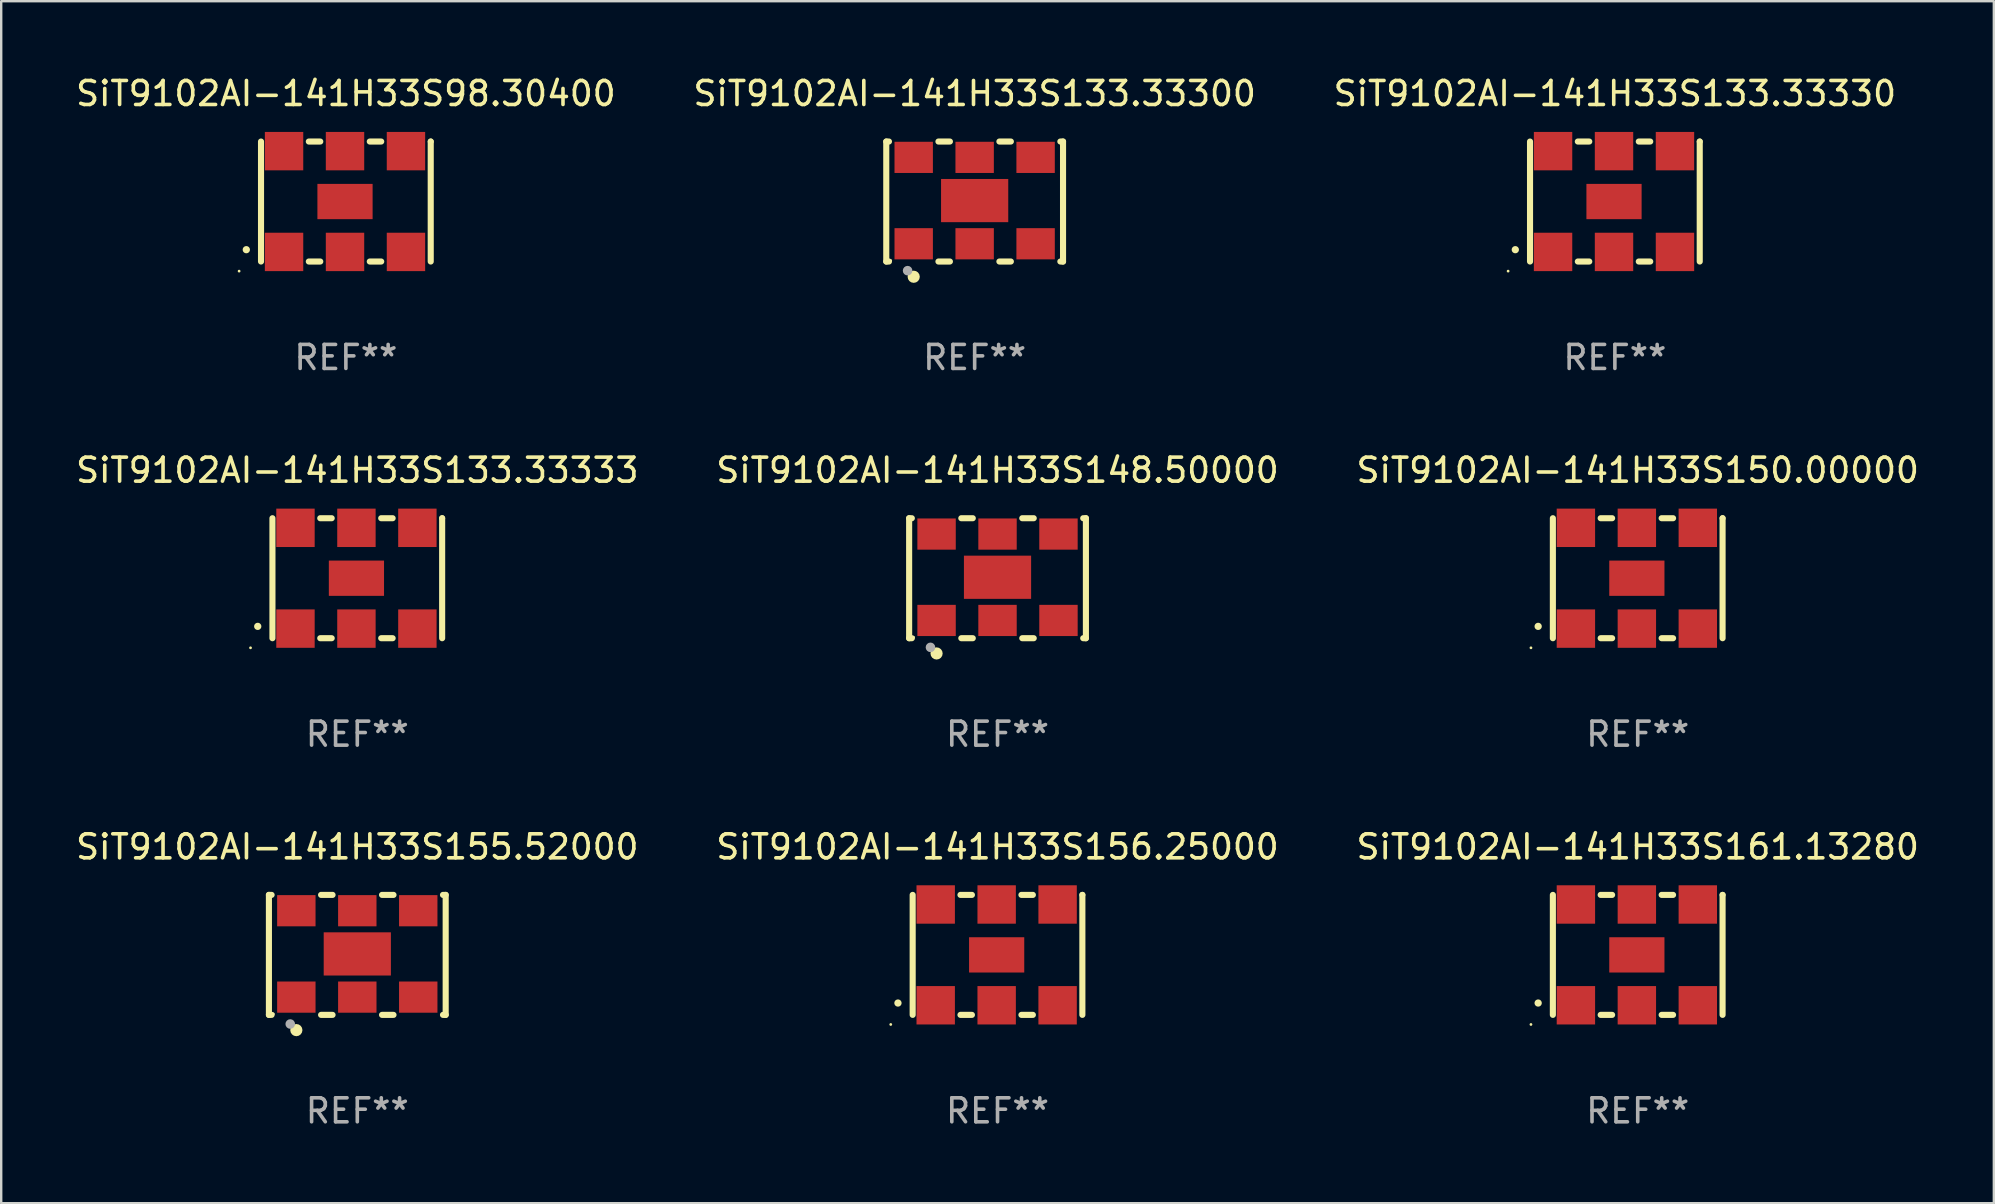
<source format=kicad_pcb>
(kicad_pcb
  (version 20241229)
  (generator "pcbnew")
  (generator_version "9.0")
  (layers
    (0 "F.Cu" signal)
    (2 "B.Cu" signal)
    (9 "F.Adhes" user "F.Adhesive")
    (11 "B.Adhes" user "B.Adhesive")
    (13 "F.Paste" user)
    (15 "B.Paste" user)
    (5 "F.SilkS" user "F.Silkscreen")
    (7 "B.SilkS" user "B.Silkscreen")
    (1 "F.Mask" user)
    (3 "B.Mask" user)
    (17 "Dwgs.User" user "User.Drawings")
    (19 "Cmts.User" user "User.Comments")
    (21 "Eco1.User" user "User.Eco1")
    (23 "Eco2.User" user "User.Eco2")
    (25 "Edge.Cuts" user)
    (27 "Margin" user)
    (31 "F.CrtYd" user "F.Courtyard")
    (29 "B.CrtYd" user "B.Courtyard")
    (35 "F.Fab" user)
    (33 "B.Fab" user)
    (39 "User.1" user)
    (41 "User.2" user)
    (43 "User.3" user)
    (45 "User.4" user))
  (footprint "SiT9102AI-141H33S148.50000"
    (layer "F.Cu")
    (at 38.518 21.045)
    (property "Reference" "SiT9102AI-141H33S148.50000" (at 0 -4.5 0) (layer "F.SilkS") (effects (font (size 1 1) (thickness 0.15))))
    (attr through_hole)
    (fp_line (start -3.683 -2.5) (end -3.571 -2.5) (stroke (width 0.254) (type solid)) (layer "F.SilkS"))
    (fp_line (start -3.683 2.5) (end -3.683 -2.5) (stroke (width 0.254) (type solid)) (layer "F.SilkS"))
    (fp_line (start -3.683 2.5) (end -3.571 2.5) (stroke (width 0.254) (type solid)) (layer "F.SilkS"))
    (fp_line (start -1.509 -2.5) (end -1.031 -2.5) (stroke (width 0.254) (type solid)) (layer "F.SilkS"))
    (fp_line (start -1.509 2.5) (end -1.031 2.5) (stroke (width 0.254) (type solid)) (layer "F.SilkS"))
    (fp_line (start 1.031 -2.5) (end 1.509 -2.5) (stroke (width 0.254) (type solid)) (layer "F.SilkS"))
    (fp_line (start 1.031 2.5) (end 1.509 2.5) (stroke (width 0.254) (type solid)) (layer "F.SilkS"))
    (fp_line (start 3.571 -2.5) (end 3.683 -2.5) (stroke (width 0.254) (type solid)) (layer "F.SilkS"))
    (fp_line (start 3.571 2.5) (end 3.683 2.5) (stroke (width 0.254) (type solid)) (layer "F.SilkS"))
    (fp_line (start 3.683 2.5) (end 3.683 -2.5) (stroke (width 0.254) (type solid)) (layer "F.SilkS"))
    (fp_circle (center -3.5 2.46) (end -3.47 2.46) (stroke (width 0.06) (type solid)) (fill no) (layer "F.SilkS"))
    (fp_circle (center -2.54 3.135) (end -2.413 3.135) (stroke (width 0.254) (type solid)) (fill no) (layer "F.SilkS"))
    (fp_circle (center -2.794 2.881) (end -2.694 2.881) (stroke (width 0.2) (type solid)) (fill no) (layer "F.Fab"))
    (fp_text user "REF**" (at 0 6.5 0) (layer "F.Fab") (effects (font (size 1 1) (thickness 0.15))))
    (pad "1" smd rect (at -2.54 1.76) (size 1.6 1.3) (layers "F.Cu" "F.Mask" "F.Paste"))
    (pad "2" smd rect (at 0 1.76) (size 1.6 1.3) (layers "F.Cu" "F.Mask" "F.Paste"))
    (pad "3" smd rect (at 2.54 1.76) (size 1.6 1.3) (layers "F.Cu" "F.Mask" "F.Paste"))
    (pad "4" smd rect (at 2.54 -1.84) (size 1.6 1.3) (layers "F.Cu" "F.Mask" "F.Paste"))
    (pad "5" smd rect (at 0 -1.84) (size 1.6 1.3) (layers "F.Cu" "F.Mask" "F.Paste"))
    (pad "6" smd rect (at -2.54 -1.84) (size 1.6 1.3) (layers "F.Cu" "F.Mask" "F.Paste"))
    (pad "7" smd rect (at 0 -0.04) (size 2.8 1.8) (layers "F.Cu" "F.Mask" "F.Paste")))
  (footprint "SiT9102AI-141H33S133.33330"
    (layer "F.Cu")
    (at 64.244 5.348)
    (property "Reference" "SiT9102AI-141H33S133.33330" (at 0 -4.5 0) (layer "F.SilkS") (effects (font (size 1 1) (thickness 0.15))))
    (attr through_hole)
    (fp_line (start -3.536 -2.5) (end -3.536 2.5) (stroke (width 0.254) (type solid)) (layer "F.SilkS"))
    (fp_line (start -1.544 2.5) (end -1.067 2.5) (stroke (width 0.254) (type solid)) (layer "F.SilkS"))
    (fp_line (start -1.067 -2.5) (end -1.544 -2.5) (stroke (width 0.254) (type solid)) (layer "F.SilkS"))
    (fp_line (start 0.996 2.5) (end 1.473 2.5) (stroke (width 0.254) (type solid)) (layer "F.SilkS"))
    (fp_line (start 1.473 -2.5) (end 0.996 -2.5) (stroke (width 0.254) (type solid)) (layer "F.SilkS"))
    (fp_line (start 3.536 -2.5) (end 3.536 -2.5) (stroke (width 0.254) (type solid)) (layer "F.SilkS"))
    (fp_line (start 3.536 2.5) (end 3.536 -2.5) (stroke (width 0.254) (type solid)) (layer "F.SilkS"))
    (fp_arc (start -4.150432 2.006604) (mid -4.149162 2.006599) (end -4.147892 2.006604) (stroke (width 0.3) (type solid)) (layer "F.SilkS"))
    (fp_circle (center -4.449 2.9) (end -4.419 2.9) (stroke (width 0.06) (type solid)) (fill no) (layer "F.SilkS"))
    (fp_text user "REF**" (at 0 6.5 0) (layer "F.Fab") (effects (font (size 1 1) (thickness 0.15))))
    (pad "1" smd rect (at -2.576 2.1) (size 1.6 1.6) (layers "F.Cu" "F.Mask" "F.Paste"))
    (pad "2" smd rect (at -0.036 2.1) (size 1.6 1.6) (layers "F.Cu" "F.Mask" "F.Paste"))
    (pad "3" smd rect (at 2.504 2.1) (size 1.6 1.6) (layers "F.Cu" "F.Mask" "F.Paste"))
    (pad "4" smd rect (at 2.504 -2.1) (size 1.6 1.6) (layers "F.Cu" "F.Mask" "F.Paste"))
    (pad "5" smd rect (at -0.036 -2.1) (size 1.6 1.6) (layers "F.Cu" "F.Mask" "F.Paste"))
    (pad "6" smd rect (at -2.576 -2.1) (size 1.6 1.6) (layers "F.Cu" "F.Mask" "F.Paste"))
    (pad "7" smd rect (at -0.036 0) (size 2.3 1.47) (layers "F.Cu" "F.Mask" "F.Paste")))
  (footprint "SiT9102AI-141H33S161.13280"
    (layer "F.Cu")
    (at 65.196 36.741)
    (property "Reference" "SiT9102AI-141H33S161.13280" (at 0 -4.5 0) (layer "F.SilkS") (effects (font (size 1 1) (thickness 0.15))))
    (attr through_hole)
    (fp_line (start -3.536 -2.5) (end -3.536 2.5) (stroke (width 0.254) (type solid)) (layer "F.SilkS"))
    (fp_line (start -1.544 2.5) (end -1.067 2.5) (stroke (width 0.254) (type solid)) (layer "F.SilkS"))
    (fp_line (start -1.067 -2.5) (end -1.544 -2.5) (stroke (width 0.254) (type solid)) (layer "F.SilkS"))
    (fp_line (start 0.996 2.5) (end 1.473 2.5) (stroke (width 0.254) (type solid)) (layer "F.SilkS"))
    (fp_line (start 1.473 -2.5) (end 0.996 -2.5) (stroke (width 0.254) (type solid)) (layer "F.SilkS"))
    (fp_line (start 3.536 -2.5) (end 3.536 -2.5) (stroke (width 0.254) (type solid)) (layer "F.SilkS"))
    (fp_line (start 3.536 2.5) (end 3.536 -2.5) (stroke (width 0.254) (type solid)) (layer "F.SilkS"))
    (fp_arc (start -4.150432 2.006604) (mid -4.149162 2.006599) (end -4.147892 2.006604) (stroke (width 0.3) (type solid)) (layer "F.SilkS"))
    (fp_circle (center -4.449 2.9) (end -4.419 2.9) (stroke (width 0.06) (type solid)) (fill no) (layer "F.SilkS"))
    (fp_text user "REF**" (at 0 6.5 0) (layer "F.Fab") (effects (font (size 1 1) (thickness 0.15))))
    (pad "1" smd rect (at -2.576 2.1) (size 1.6 1.6) (layers "F.Cu" "F.Mask" "F.Paste"))
    (pad "2" smd rect (at -0.036 2.1) (size 1.6 1.6) (layers "F.Cu" "F.Mask" "F.Paste"))
    (pad "3" smd rect (at 2.504 2.1) (size 1.6 1.6) (layers "F.Cu" "F.Mask" "F.Paste"))
    (pad "4" smd rect (at 2.504 -2.1) (size 1.6 1.6) (layers "F.Cu" "F.Mask" "F.Paste"))
    (pad "5" smd rect (at -0.036 -2.1) (size 1.6 1.6) (layers "F.Cu" "F.Mask" "F.Paste"))
    (pad "6" smd rect (at -2.576 -2.1) (size 1.6 1.6) (layers "F.Cu" "F.Mask" "F.Paste"))
    (pad "7" smd rect (at -0.036 0) (size 2.3 1.47) (layers "F.Cu" "F.Mask" "F.Paste")))
  (footprint "SiT9102AI-141H33S150.00000"
    (layer "F.Cu")
    (at 65.196 21.045)
    (property "Reference" "SiT9102AI-141H33S150.00000" (at 0 -4.5 0) (layer "F.SilkS") (effects (font (size 1 1) (thickness 0.15))))
    (attr through_hole)
    (fp_line (start -3.536 -2.5) (end -3.536 2.5) (stroke (width 0.254) (type solid)) (layer "F.SilkS"))
    (fp_line (start -1.544 2.5) (end -1.067 2.5) (stroke (width 0.254) (type solid)) (layer "F.SilkS"))
    (fp_line (start -1.067 -2.5) (end -1.544 -2.5) (stroke (width 0.254) (type solid)) (layer "F.SilkS"))
    (fp_line (start 0.996 2.5) (end 1.473 2.5) (stroke (width 0.254) (type solid)) (layer "F.SilkS"))
    (fp_line (start 1.473 -2.5) (end 0.996 -2.5) (stroke (width 0.254) (type solid)) (layer "F.SilkS"))
    (fp_line (start 3.536 -2.5) (end 3.536 -2.5) (stroke (width 0.254) (type solid)) (layer "F.SilkS"))
    (fp_line (start 3.536 2.5) (end 3.536 -2.5) (stroke (width 0.254) (type solid)) (layer "F.SilkS"))
    (fp_arc (start -4.150432 2.006604) (mid -4.149162 2.006599) (end -4.147892 2.006604) (stroke (width 0.3) (type solid)) (layer "F.SilkS"))
    (fp_circle (center -4.449 2.9) (end -4.419 2.9) (stroke (width 0.06) (type solid)) (fill no) (layer "F.SilkS"))
    (fp_text user "REF**" (at 0 6.5 0) (layer "F.Fab") (effects (font (size 1 1) (thickness 0.15))))
    (pad "1" smd rect (at -2.576 2.1) (size 1.6 1.6) (layers "F.Cu" "F.Mask" "F.Paste"))
    (pad "2" smd rect (at -0.036 2.1) (size 1.6 1.6) (layers "F.Cu" "F.Mask" "F.Paste"))
    (pad "3" smd rect (at 2.504 2.1) (size 1.6 1.6) (layers "F.Cu" "F.Mask" "F.Paste"))
    (pad "4" smd rect (at 2.504 -2.1) (size 1.6 1.6) (layers "F.Cu" "F.Mask" "F.Paste"))
    (pad "5" smd rect (at -0.036 -2.1) (size 1.6 1.6) (layers "F.Cu" "F.Mask" "F.Paste"))
    (pad "6" smd rect (at -2.576 -2.1) (size 1.6 1.6) (layers "F.Cu" "F.Mask" "F.Paste"))
    (pad "7" smd rect (at -0.036 0) (size 2.3 1.47) (layers "F.Cu" "F.Mask" "F.Paste")))
  (footprint "SiT9102AI-141H33S155.52000"
    (layer "F.Cu")
    (at 11.839 36.741)
    (property "Reference" "SiT9102AI-141H33S155.52000" (at 0 -4.5 0) (layer "F.SilkS") (effects (font (size 1 1) (thickness 0.15))))
    (attr through_hole)
    (fp_line (start -3.683 -2.5) (end -3.571 -2.5) (stroke (width 0.254) (type solid)) (layer "F.SilkS"))
    (fp_line (start -3.683 2.5) (end -3.683 -2.5) (stroke (width 0.254) (type solid)) (layer "F.SilkS"))
    (fp_line (start -3.683 2.5) (end -3.571 2.5) (stroke (width 0.254) (type solid)) (layer "F.SilkS"))
    (fp_line (start -1.509 -2.5) (end -1.031 -2.5) (stroke (width 0.254) (type solid)) (layer "F.SilkS"))
    (fp_line (start -1.509 2.5) (end -1.031 2.5) (stroke (width 0.254) (type solid)) (layer "F.SilkS"))
    (fp_line (start 1.031 -2.5) (end 1.509 -2.5) (stroke (width 0.254) (type solid)) (layer "F.SilkS"))
    (fp_line (start 1.031 2.5) (end 1.509 2.5) (stroke (width 0.254) (type solid)) (layer "F.SilkS"))
    (fp_line (start 3.571 -2.5) (end 3.683 -2.5) (stroke (width 0.254) (type solid)) (layer "F.SilkS"))
    (fp_line (start 3.571 2.5) (end 3.683 2.5) (stroke (width 0.254) (type solid)) (layer "F.SilkS"))
    (fp_line (start 3.683 2.5) (end 3.683 -2.5) (stroke (width 0.254) (type solid)) (layer "F.SilkS"))
    (fp_circle (center -3.5 2.46) (end -3.47 2.46) (stroke (width 0.06) (type solid)) (fill no) (layer "F.SilkS"))
    (fp_circle (center -2.54 3.135) (end -2.413 3.135) (stroke (width 0.254) (type solid)) (fill no) (layer "F.SilkS"))
    (fp_circle (center -2.794 2.881) (end -2.694 2.881) (stroke (width 0.2) (type solid)) (fill no) (layer "F.Fab"))
    (fp_text user "REF**" (at 0 6.5 0) (layer "F.Fab") (effects (font (size 1 1) (thickness 0.15))))
    (pad "1" smd rect (at -2.54 1.76) (size 1.6 1.3) (layers "F.Cu" "F.Mask" "F.Paste"))
    (pad "2" smd rect (at 0 1.76) (size 1.6 1.3) (layers "F.Cu" "F.Mask" "F.Paste"))
    (pad "3" smd rect (at 2.54 1.76) (size 1.6 1.3) (layers "F.Cu" "F.Mask" "F.Paste"))
    (pad "4" smd rect (at 2.54 -1.84) (size 1.6 1.3) (layers "F.Cu" "F.Mask" "F.Paste"))
    (pad "5" smd rect (at 0 -1.84) (size 1.6 1.3) (layers "F.Cu" "F.Mask" "F.Paste"))
    (pad "6" smd rect (at -2.54 -1.84) (size 1.6 1.3) (layers "F.Cu" "F.Mask" "F.Paste"))
    (pad "7" smd rect (at 0 -0.04) (size 2.8 1.8) (layers "F.Cu" "F.Mask" "F.Paste")))
  (footprint "SiT9102AI-141H33S133.33300"
    (layer "F.Cu")
    (at 37.565 5.348)
    (property "Reference" "SiT9102AI-141H33S133.33300" (at 0 -4.5 0) (layer "F.SilkS") (effects (font (size 1 1) (thickness 0.15))))
    (attr through_hole)
    (fp_line (start -3.683 -2.5) (end -3.571 -2.5) (stroke (width 0.254) (type solid)) (layer "F.SilkS"))
    (fp_line (start -3.683 2.5) (end -3.683 -2.5) (stroke (width 0.254) (type solid)) (layer "F.SilkS"))
    (fp_line (start -3.683 2.5) (end -3.571 2.5) (stroke (width 0.254) (type solid)) (layer "F.SilkS"))
    (fp_line (start -1.509 -2.5) (end -1.031 -2.5) (stroke (width 0.254) (type solid)) (layer "F.SilkS"))
    (fp_line (start -1.509 2.5) (end -1.031 2.5) (stroke (width 0.254) (type solid)) (layer "F.SilkS"))
    (fp_line (start 1.031 -2.5) (end 1.509 -2.5) (stroke (width 0.254) (type solid)) (layer "F.SilkS"))
    (fp_line (start 1.031 2.5) (end 1.509 2.5) (stroke (width 0.254) (type solid)) (layer "F.SilkS"))
    (fp_line (start 3.571 -2.5) (end 3.683 -2.5) (stroke (width 0.254) (type solid)) (layer "F.SilkS"))
    (fp_line (start 3.571 2.5) (end 3.683 2.5) (stroke (width 0.254) (type solid)) (layer "F.SilkS"))
    (fp_line (start 3.683 2.5) (end 3.683 -2.5) (stroke (width 0.254) (type solid)) (layer "F.SilkS"))
    (fp_circle (center -3.5 2.46) (end -3.47 2.46) (stroke (width 0.06) (type solid)) (fill no) (layer "F.SilkS"))
    (fp_circle (center -2.54 3.135) (end -2.413 3.135) (stroke (width 0.254) (type solid)) (fill no) (layer "F.SilkS"))
    (fp_circle (center -2.794 2.881) (end -2.694 2.881) (stroke (width 0.2) (type solid)) (fill no) (layer "F.Fab"))
    (fp_text user "REF**" (at 0 6.5 0) (layer "F.Fab") (effects (font (size 1 1) (thickness 0.15))))
    (pad "1" smd rect (at -2.54 1.76) (size 1.6 1.3) (layers "F.Cu" "F.Mask" "F.Paste"))
    (pad "2" smd rect (at 0 1.76) (size 1.6 1.3) (layers "F.Cu" "F.Mask" "F.Paste"))
    (pad "3" smd rect (at 2.54 1.76) (size 1.6 1.3) (layers "F.Cu" "F.Mask" "F.Paste"))
    (pad "4" smd rect (at 2.54 -1.84) (size 1.6 1.3) (layers "F.Cu" "F.Mask" "F.Paste"))
    (pad "5" smd rect (at 0 -1.84) (size 1.6 1.3) (layers "F.Cu" "F.Mask" "F.Paste"))
    (pad "6" smd rect (at -2.54 -1.84) (size 1.6 1.3) (layers "F.Cu" "F.Mask" "F.Paste"))
    (pad "7" smd rect (at 0 -0.04) (size 2.8 1.8) (layers "F.Cu" "F.Mask" "F.Paste")))
  (footprint "SiT9102AI-141H33S98.30400"
    (layer "F.Cu")
    (at 11.363 5.348)
    (property "Reference" "SiT9102AI-141H33S98.30400" (at 0 -4.5 0) (layer "F.SilkS") (effects (font (size 1 1) (thickness 0.15))))
    (attr through_hole)
    (fp_line (start -3.536 -2.5) (end -3.536 2.5) (stroke (width 0.254) (type solid)) (layer "F.SilkS"))
    (fp_line (start -1.544 2.5) (end -1.067 2.5) (stroke (width 0.254) (type solid)) (layer "F.SilkS"))
    (fp_line (start -1.067 -2.5) (end -1.544 -2.5) (stroke (width 0.254) (type solid)) (layer "F.SilkS"))
    (fp_line (start 0.996 2.5) (end 1.473 2.5) (stroke (width 0.254) (type solid)) (layer "F.SilkS"))
    (fp_line (start 1.473 -2.5) (end 0.996 -2.5) (stroke (width 0.254) (type solid)) (layer "F.SilkS"))
    (fp_line (start 3.536 -2.5) (end 3.536 -2.5) (stroke (width 0.254) (type solid)) (layer "F.SilkS"))
    (fp_line (start 3.536 2.5) (end 3.536 -2.5) (stroke (width 0.254) (type solid)) (layer "F.SilkS"))
    (fp_arc (start -4.150432 2.006604) (mid -4.149162 2.006599) (end -4.147892 2.006604) (stroke (width 0.3) (type solid)) (layer "F.SilkS"))
    (fp_circle (center -4.449 2.9) (end -4.419 2.9) (stroke (width 0.06) (type solid)) (fill no) (layer "F.SilkS"))
    (fp_text user "REF**" (at 0 6.5 0) (layer "F.Fab") (effects (font (size 1 1) (thickness 0.15))))
    (pad "1" smd rect (at -2.576 2.1) (size 1.6 1.6) (layers "F.Cu" "F.Mask" "F.Paste"))
    (pad "2" smd rect (at -0.036 2.1) (size 1.6 1.6) (layers "F.Cu" "F.Mask" "F.Paste"))
    (pad "3" smd rect (at 2.504 2.1) (size 1.6 1.6) (layers "F.Cu" "F.Mask" "F.Paste"))
    (pad "4" smd rect (at 2.504 -2.1) (size 1.6 1.6) (layers "F.Cu" "F.Mask" "F.Paste"))
    (pad "5" smd rect (at -0.036 -2.1) (size 1.6 1.6) (layers "F.Cu" "F.Mask" "F.Paste"))
    (pad "6" smd rect (at -2.576 -2.1) (size 1.6 1.6) (layers "F.Cu" "F.Mask" "F.Paste"))
    (pad "7" smd rect (at -0.036 0) (size 2.3 1.47) (layers "F.Cu" "F.Mask" "F.Paste")))
  (footprint "SiT9102AI-141H33S133.33333"
    (layer "F.Cu")
    (at 11.839 21.045)
    (property "Reference" "SiT9102AI-141H33S133.33333" (at 0 -4.5 0) (layer "F.SilkS") (effects (font (size 1 1) (thickness 0.15))))
    (attr through_hole)
    (fp_line (start -3.536 -2.5) (end -3.536 2.5) (stroke (width 0.254) (type solid)) (layer "F.SilkS"))
    (fp_line (start -1.544 2.5) (end -1.067 2.5) (stroke (width 0.254) (type solid)) (layer "F.SilkS"))
    (fp_line (start -1.067 -2.5) (end -1.544 -2.5) (stroke (width 0.254) (type solid)) (layer "F.SilkS"))
    (fp_line (start 0.996 2.5) (end 1.473 2.5) (stroke (width 0.254) (type solid)) (layer "F.SilkS"))
    (fp_line (start 1.473 -2.5) (end 0.996 -2.5) (stroke (width 0.254) (type solid)) (layer "F.SilkS"))
    (fp_line (start 3.536 -2.5) (end 3.536 -2.5) (stroke (width 0.254) (type solid)) (layer "F.SilkS"))
    (fp_line (start 3.536 2.5) (end 3.536 -2.5) (stroke (width 0.254) (type solid)) (layer "F.SilkS"))
    (fp_arc (start -4.150432 2.006604) (mid -4.149162 2.006599) (end -4.147892 2.006604) (stroke (width 0.3) (type solid)) (layer "F.SilkS"))
    (fp_circle (center -4.449 2.9) (end -4.419 2.9) (stroke (width 0.06) (type solid)) (fill no) (layer "F.SilkS"))
    (fp_text user "REF**" (at 0 6.5 0) (layer "F.Fab") (effects (font (size 1 1) (thickness 0.15))))
    (pad "1" smd rect (at -2.576 2.1) (size 1.6 1.6) (layers "F.Cu" "F.Mask" "F.Paste"))
    (pad "2" smd rect (at -0.036 2.1) (size 1.6 1.6) (layers "F.Cu" "F.Mask" "F.Paste"))
    (pad "3" smd rect (at 2.504 2.1) (size 1.6 1.6) (layers "F.Cu" "F.Mask" "F.Paste"))
    (pad "4" smd rect (at 2.504 -2.1) (size 1.6 1.6) (layers "F.Cu" "F.Mask" "F.Paste"))
    (pad "5" smd rect (at -0.036 -2.1) (size 1.6 1.6) (layers "F.Cu" "F.Mask" "F.Paste"))
    (pad "6" smd rect (at -2.576 -2.1) (size 1.6 1.6) (layers "F.Cu" "F.Mask" "F.Paste"))
    (pad "7" smd rect (at -0.036 0) (size 2.3 1.47) (layers "F.Cu" "F.Mask" "F.Paste")))
  (footprint "SiT9102AI-141H33S156.25000"
    (layer "F.Cu")
    (at 38.518 36.741)
    (property "Reference" "SiT9102AI-141H33S156.25000" (at 0 -4.5 0) (layer "F.SilkS") (effects (font (size 1 1) (thickness 0.15))))
    (attr through_hole)
    (fp_line (start -3.536 -2.5) (end -3.536 2.5) (stroke (width 0.254) (type solid)) (layer "F.SilkS"))
    (fp_line (start -1.544 2.5) (end -1.067 2.5) (stroke (width 0.254) (type solid)) (layer "F.SilkS"))
    (fp_line (start -1.067 -2.5) (end -1.544 -2.5) (stroke (width 0.254) (type solid)) (layer "F.SilkS"))
    (fp_line (start 0.996 2.5) (end 1.473 2.5) (stroke (width 0.254) (type solid)) (layer "F.SilkS"))
    (fp_line (start 1.473 -2.5) (end 0.996 -2.5) (stroke (width 0.254) (type solid)) (layer "F.SilkS"))
    (fp_line (start 3.536 -2.5) (end 3.536 -2.5) (stroke (width 0.254) (type solid)) (layer "F.SilkS"))
    (fp_line (start 3.536 2.5) (end 3.536 -2.5) (stroke (width 0.254) (type solid)) (layer "F.SilkS"))
    (fp_arc (start -4.150432 2.006604) (mid -4.149162 2.006599) (end -4.147892 2.006604) (stroke (width 0.3) (type solid)) (layer "F.SilkS"))
    (fp_circle (center -4.449 2.9) (end -4.419 2.9) (stroke (width 0.06) (type solid)) (fill no) (layer "F.SilkS"))
    (fp_text user "REF**" (at 0 6.5 0) (layer "F.Fab") (effects (font (size 1 1) (thickness 0.15))))
    (pad "1" smd rect (at -2.576 2.1) (size 1.6 1.6) (layers "F.Cu" "F.Mask" "F.Paste"))
    (pad "2" smd rect (at -0.036 2.1) (size 1.6 1.6) (layers "F.Cu" "F.Mask" "F.Paste"))
    (pad "3" smd rect (at 2.504 2.1) (size 1.6 1.6) (layers "F.Cu" "F.Mask" "F.Paste"))
    (pad "4" smd rect (at 2.504 -2.1) (size 1.6 1.6) (layers "F.Cu" "F.Mask" "F.Paste"))
    (pad "5" smd rect (at -0.036 -2.1) (size 1.6 1.6) (layers "F.Cu" "F.Mask" "F.Paste"))
    (pad "6" smd rect (at -2.576 -2.1) (size 1.6 1.6) (layers "F.Cu" "F.Mask" "F.Paste"))
    (pad "7" smd rect (at -0.036 0) (size 2.3 1.47) (layers "F.Cu" "F.Mask" "F.Paste")))
  (gr_rect
    (start -3 -3)
    (end 80.036 47.09)
    (stroke (width 0.1) (type default))
    (fill no)
    (layer "Edge.Cuts")))
</source>
